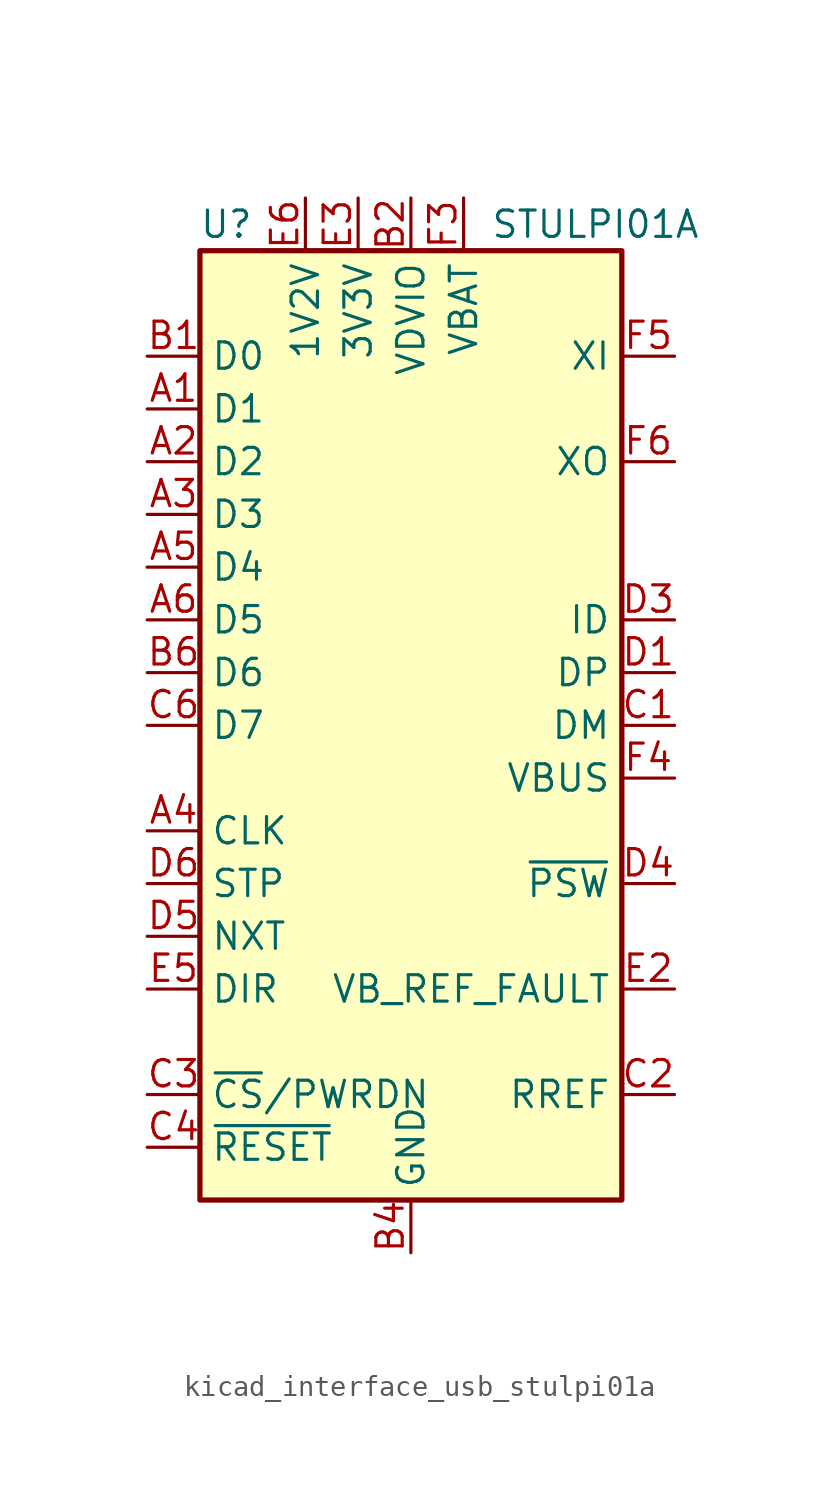
<source format=kicad_sym>
(kicad_symbol_lib
  (version 20220914)
  (generator kicad_symbol_editor)
  (symbol "kicad_interface_usb_stulpi01a"
    (property "Reference" "U"
      (at -8.89 24.13 0)
      (effects (font (size 1.27 1.27))))
    (property "Value" "STULPI01A"
      (at 8.89 24.13 0)
      (effects (font (size 1.27 1.27))))
    (symbol "kicad_interface_usb_stulpi01a_0_1"
      (rectangle (start 10.16 -22.86) (end -10.16 22.86) (stroke (width 0.254) (type default)) (fill (type background))))
    (symbol "kicad_interface_usb_stulpi01a_1_1"
      (pin bidirectional line (at -12.7 15.24 0) (length 2.54) (name "D1" (effects (font (size 1.27 1.27)))) (number "A1" (effects (font (size 1.27 1.27)))))
      (pin bidirectional line (at -12.7 12.7 0) (length 2.54) (name "D2" (effects (font (size 1.27 1.27)))) (number "A2" (effects (font (size 1.27 1.27)))))
      (pin bidirectional line (at -12.7 10.16 0) (length 2.54) (name "D3" (effects (font (size 1.27 1.27)))) (number "A3" (effects (font (size 1.27 1.27)))))
      (pin output line (at -12.7 -5.08 0) (length 2.54) (name "CLK" (effects (font (size 1.27 1.27)))) (number "A4" (effects (font (size 1.27 1.27)))))
      (pin bidirectional line (at -12.7 7.62 0) (length 2.54) (name "D4" (effects (font (size 1.27 1.27)))) (number "A5" (effects (font (size 1.27 1.27)))))
      (pin bidirectional line (at -12.7 5.08 0) (length 2.54) (name "D5" (effects (font (size 1.27 1.27)))) (number "A6" (effects (font (size 1.27 1.27)))))
      (pin bidirectional line (at -12.7 17.78 0) (length 2.54) (name "D0" (effects (font (size 1.27 1.27)))) (number "B1" (effects (font (size 1.27 1.27)))))
      (pin power_in line (at 0 25.4 270) (length 2.54) (name "VDVIO" (effects (font (size 1.27 1.27)))) (number "B2" (effects (font (size 1.27 1.27)))))
      (pin passive line (at 0 25.4 270) (length 2.54) hide (name "VDVIO" (effects (font (size 1.27 1.27)))) (number "B3" (effects (font (size 1.27 1.27)))))
      (pin power_in line (at 0 -25.4 90) (length 2.54) (name "GND" (effects (font (size 1.27 1.27)))) (number "B4" (effects (font (size 1.27 1.27)))))
      (pin passive line (at 0 25.4 270) (length 2.54) hide (name "VDVIO" (effects (font (size 1.27 1.27)))) (number "B5" (effects (font (size 1.27 1.27)))))
      (pin bidirectional line (at -12.7 2.54 0) (length 2.54) (name "D6" (effects (font (size 1.27 1.27)))) (number "B6" (effects (font (size 1.27 1.27)))))
      (pin bidirectional line (at 12.7 0 180) (length 2.54) (name "DM" (effects (font (size 1.27 1.27)))) (number "C1" (effects (font (size 1.27 1.27)))))
      (pin passive line (at 12.7 -17.78 180) (length 2.54) (name "RREF" (effects (font (size 1.27 1.27)))) (number "C2" (effects (font (size 1.27 1.27)))))
      (pin input line (at -12.7 -17.78 0) (length 2.54) (name "~{CS}/PWRDN" (effects (font (size 1.27 1.27)))) (number "C3" (effects (font (size 1.27 1.27)))))
      (pin input line (at -12.7 -20.32 0) (length 2.54) (name "~{RESET}" (effects (font (size 1.27 1.27)))) (number "C4" (effects (font (size 1.27 1.27)))))
      (pin passive line (at 0 -25.4 90) (length 2.54) hide (name "GND" (effects (font (size 1.27 1.27)))) (number "C5" (effects (font (size 1.27 1.27)))))
      (pin bidirectional line (at -12.7 0 0) (length 2.54) (name "D7" (effects (font (size 1.27 1.27)))) (number "C6" (effects (font (size 1.27 1.27)))))
      (pin bidirectional line (at 12.7 2.54 180) (length 2.54) (name "DP" (effects (font (size 1.27 1.27)))) (number "D1" (effects (font (size 1.27 1.27)))))
      (pin passive line (at 0 -25.4 90) (length 2.54) hide (name "GND" (effects (font (size 1.27 1.27)))) (number "D2" (effects (font (size 1.27 1.27)))))
      (pin input line (at 12.7 5.08 180) (length 2.54) (name "ID" (effects (font (size 1.27 1.27)))) (number "D3" (effects (font (size 1.27 1.27)))))
      (pin output line (at 12.7 -7.62 180) (length 2.54) (name "~{PSW}" (effects (font (size 1.27 1.27)))) (number "D4" (effects (font (size 1.27 1.27)))))
      (pin output line (at -12.7 -10.16 0) (length 2.54) (name "NXT" (effects (font (size 1.27 1.27)))) (number "D5" (effects (font (size 1.27 1.27)))))
      (pin input line (at -12.7 -7.62 0) (length 2.54) (name "STP" (effects (font (size 1.27 1.27)))) (number "D6" (effects (font (size 1.27 1.27)))))
      (pin passive line (at 0 -25.4 90) (length 2.54) hide (name "GND" (effects (font (size 1.27 1.27)))) (number "E1" (effects (font (size 1.27 1.27)))))
      (pin input line (at 12.7 -12.7 180) (length 2.54) (name "VB_REF_FAULT" (effects (font (size 1.27 1.27)))) (number "E2" (effects (font (size 1.27 1.27)))))
      (pin passive line (at -2.54 25.4 270) (length 2.54) (name "3V3V" (effects (font (size 1.27 1.27)))) (number "E3" (effects (font (size 1.27 1.27)))))
      (pin passive line (at 0 -25.4 90) (length 2.54) hide (name "GND" (effects (font (size 1.27 1.27)))) (number "E4" (effects (font (size 1.27 1.27)))))
      (pin output line (at -12.7 -12.7 0) (length 2.54) (name "DIR" (effects (font (size 1.27 1.27)))) (number "E5" (effects (font (size 1.27 1.27)))))
      (pin passive line (at -5.08 25.4 270) (length 2.54) (name "1V2V" (effects (font (size 1.27 1.27)))) (number "E6" (effects (font (size 1.27 1.27)))))
      (pin no_connect line (at -10.16 -2.54 0) (length 2.54) hide (name "NC" (effects (font (size 1.27 1.27)))) (number "F1" (effects (font (size 1.27 1.27)))))
      (pin no_connect line (at -10.16 -15.24 0) (length 2.54) hide (name "NC" (effects (font (size 1.27 1.27)))) (number "F2" (effects (font (size 1.27 1.27)))))
      (pin power_in line (at 2.54 25.4 270) (length 2.54) (name "VBAT" (effects (font (size 1.27 1.27)))) (number "F3" (effects (font (size 1.27 1.27)))))
      (pin bidirectional line (at 12.7 -2.54 180) (length 2.54) (name "VBUS" (effects (font (size 1.27 1.27)))) (number "F4" (effects (font (size 1.27 1.27)))))
      (pin input line (at 12.7 17.78 180) (length 2.54) (name "XI" (effects (font (size 1.27 1.27)))) (number "F5" (effects (font (size 1.27 1.27)))))
      (pin output line (at 12.7 12.7 180) (length 2.54) (name "XO" (effects (font (size 1.27 1.27)))) (number "F6" (effects (font (size 1.27 1.27))))))))
</source>
